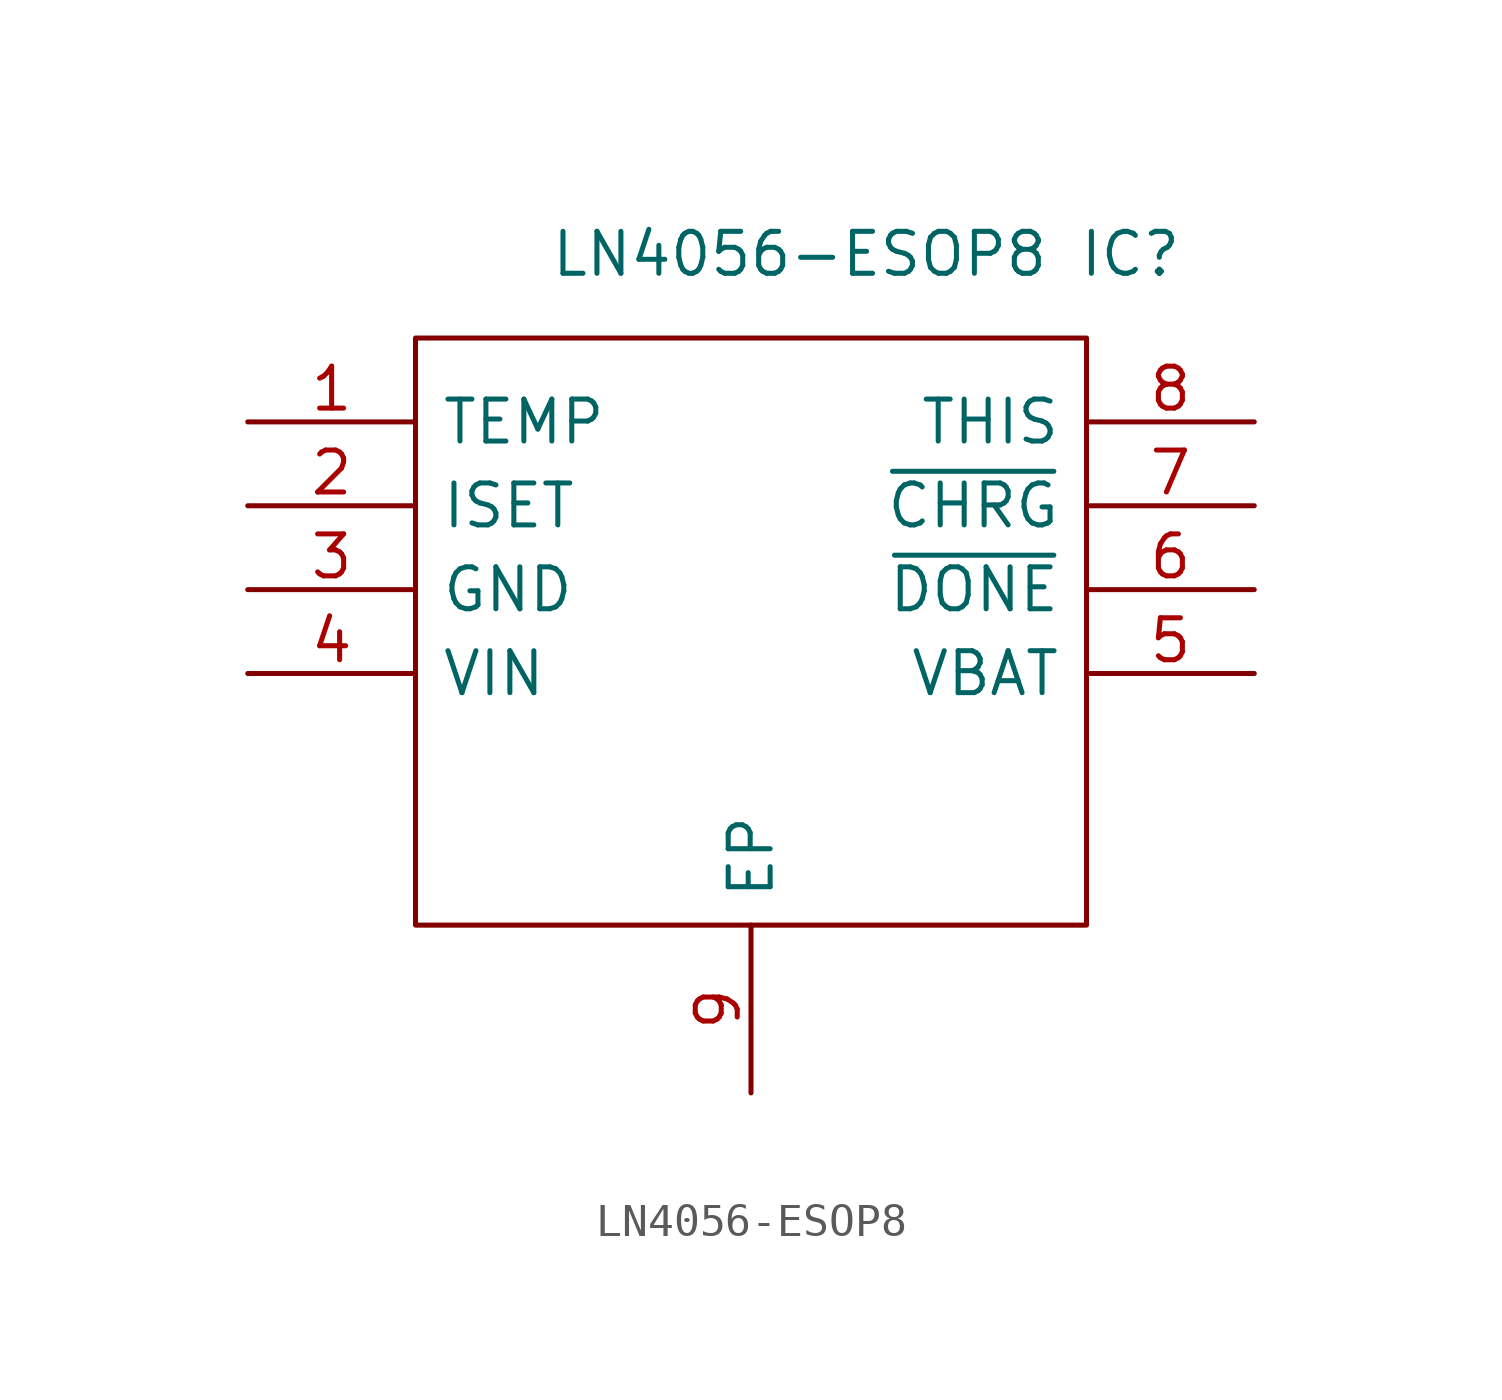
<source format=kicad_sym>
(kicad_symbol_lib
  (version 20211014)
  (generator kicad_symbol_editor)
  (symbol "LN4056-ESOP8"
    (pin_names
      (offset 0.762))
    (property "Reference" "IC"
      (at 25.146 5.08 0)
      (effects (font (size 1.27 1.27)) (justify left)))
    (property "Value" "LN4056-ESOP8"
      (at 9.144 5.08 0)
      (effects (font (size 1.27 1.27)) (justify left)))
    (symbol "LN4056-ESOP8_0_0"
      (pin passive line (at 0 0 0) (length 5.08) (name "TEMP" (effects (font (size 1.27 1.27)))) (number "1" (effects (font (size 1.27 1.27)))))
      (pin passive line (at 0 -2.54 0) (length 5.08) (name "ISET" (effects (font (size 1.27 1.27)))) (number "2" (effects (font (size 1.27 1.27)))))
      (pin passive line (at 0 -5.08 0) (length 5.08) (name "GND" (effects (font (size 1.27 1.27)))) (number "3" (effects (font (size 1.27 1.27)))))
      (pin passive line (at 0 -7.62 0) (length 5.08) (name "VIN" (effects (font (size 1.27 1.27)))) (number "4" (effects (font (size 1.27 1.27)))))
      (pin passive line (at 30.48 -7.62 180) (length 5.08) (name "VBAT" (effects (font (size 1.27 1.27)))) (number "5" (effects (font (size 1.27 1.27)))))
      (pin passive line (at 30.48 -5.08 180) (length 5.08) (name "~{DONE}" (effects (font (size 1.27 1.27)))) (number "6" (effects (font (size 1.27 1.27)))))
      (pin passive line (at 30.48 -2.54 180) (length 5.08) (name "~{CHRG}" (effects (font (size 1.27 1.27)))) (number "7" (effects (font (size 1.27 1.27)))))
      (pin passive line (at 30.48 0 180) (length 5.08) (name "THIS" (effects (font (size 1.27 1.27)))) (number "8" (effects (font (size 1.27 1.27)))))
      (pin passive line (at 15.24 -20.32 90) (length 5.08) (name "EP" (effects (font (size 1.27 1.27)))) (number "9" (effects (font (size 1.27 1.27))))))
    (symbol "LN4056-ESOP8_0_1"
      (polyline (pts (xy 5.08 2.54) (xy 25.4 2.54) (xy 25.4 -15.24) (xy 5.08 -15.24) (xy 5.08 2.54)) (stroke (width 0.152) (type default) (color 0 0 0 0)) (fill (type none))))))
</source>
